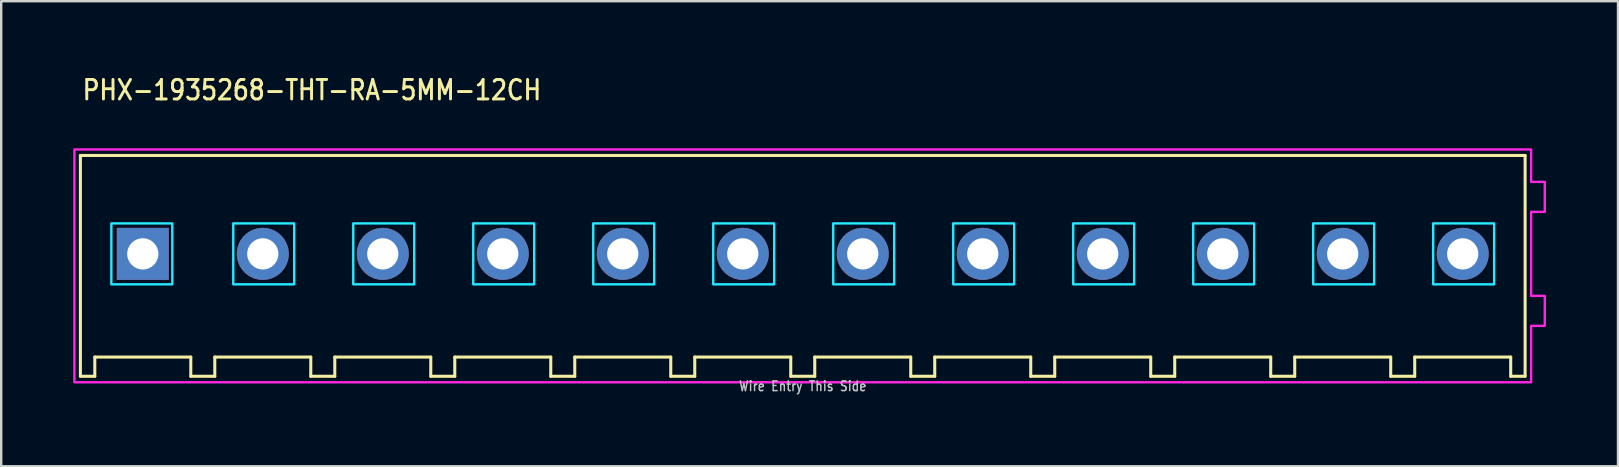
<source format=kicad_pcb>
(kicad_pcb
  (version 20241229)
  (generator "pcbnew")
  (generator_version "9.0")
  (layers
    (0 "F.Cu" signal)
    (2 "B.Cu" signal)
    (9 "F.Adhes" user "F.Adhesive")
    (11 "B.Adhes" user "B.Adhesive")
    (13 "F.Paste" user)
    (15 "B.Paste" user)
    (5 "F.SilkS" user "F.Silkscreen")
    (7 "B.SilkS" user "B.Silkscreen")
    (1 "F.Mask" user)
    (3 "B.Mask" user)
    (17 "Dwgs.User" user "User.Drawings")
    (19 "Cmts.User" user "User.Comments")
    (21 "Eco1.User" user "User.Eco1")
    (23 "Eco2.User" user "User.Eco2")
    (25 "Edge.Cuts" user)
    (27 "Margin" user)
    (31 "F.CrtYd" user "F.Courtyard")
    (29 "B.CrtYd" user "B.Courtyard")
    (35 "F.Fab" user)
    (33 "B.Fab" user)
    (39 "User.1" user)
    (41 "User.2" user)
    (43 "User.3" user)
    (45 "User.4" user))
  (footprint "PHX-1935268-THT-RA-5MM-12CH"
    (layer "F.Cu")
    (at 30.4 7.529)
    (property "Reference" "PHX-1935268-THT-RA-5MM-12CH" (at -30.08 -6.35 0) (unlocked yes) (layer "F.SilkS") (effects (font (size 0.813 0.695) (thickness 0.122)) (justify left bottom)))
    (fp_line (start -30.1 -4.1) (end -30.1 5.1) (stroke (width 0.127) (type solid)) (layer "F.SilkS"))
    (fp_line (start -30.1 5.1) (end -29.5 5.1) (stroke (width 0.127) (type solid)) (layer "F.SilkS"))
    (fp_line (start -29.5 4.3) (end -25.5 4.3) (stroke (width 0.127) (type solid)) (layer "F.SilkS"))
    (fp_line (start -29.5 5.1) (end -29.5 4.3) (stroke (width 0.127) (type solid)) (layer "F.SilkS"))
    (fp_line (start -25.5 4.3) (end -25.5 5.1) (stroke (width 0.127) (type solid)) (layer "F.SilkS"))
    (fp_line (start -25.5 5.1) (end -24.5 5.1) (stroke (width 0.127) (type solid)) (layer "F.SilkS"))
    (fp_line (start -24.5 4.3) (end -20.5 4.3) (stroke (width 0.127) (type solid)) (layer "F.SilkS"))
    (fp_line (start -24.5 5.1) (end -24.5 4.3) (stroke (width 0.127) (type solid)) (layer "F.SilkS"))
    (fp_line (start -20.5 4.3) (end -20.5 5.1) (stroke (width 0.127) (type solid)) (layer "F.SilkS"))
    (fp_line (start -20.5 5.1) (end -19.5 5.1) (stroke (width 0.127) (type solid)) (layer "F.SilkS"))
    (fp_line (start -19.5 4.3) (end -15.5 4.3) (stroke (width 0.127) (type solid)) (layer "F.SilkS"))
    (fp_line (start -19.5 5.1) (end -19.5 4.3) (stroke (width 0.127) (type solid)) (layer "F.SilkS"))
    (fp_line (start -15.5 4.3) (end -15.5 5.1) (stroke (width 0.127) (type solid)) (layer "F.SilkS"))
    (fp_line (start -15.5 5.1) (end -14.5 5.1) (stroke (width 0.127) (type solid)) (layer "F.SilkS"))
    (fp_line (start -14.5 4.3) (end -10.5 4.3) (stroke (width 0.127) (type solid)) (layer "F.SilkS"))
    (fp_line (start -14.5 5.1) (end -14.5 4.3) (stroke (width 0.127) (type solid)) (layer "F.SilkS"))
    (fp_line (start -10.5 4.3) (end -10.5 5.1) (stroke (width 0.127) (type solid)) (layer "F.SilkS"))
    (fp_line (start -10.5 5.1) (end -9.5 5.1) (stroke (width 0.127) (type solid)) (layer "F.SilkS"))
    (fp_line (start -9.5 4.3) (end -5.5 4.3) (stroke (width 0.127) (type solid)) (layer "F.SilkS"))
    (fp_line (start -9.5 5.1) (end -9.5 4.3) (stroke (width 0.127) (type solid)) (layer "F.SilkS"))
    (fp_line (start -5.5 4.3) (end -5.5 5.1) (stroke (width 0.127) (type solid)) (layer "F.SilkS"))
    (fp_line (start -5.5 5.1) (end -4.5 5.1) (stroke (width 0.127) (type solid)) (layer "F.SilkS"))
    (fp_line (start -4.5 4.3) (end -0.5 4.3) (stroke (width 0.127) (type solid)) (layer "F.SilkS"))
    (fp_line (start -4.5 5.1) (end -4.5 4.3) (stroke (width 0.127) (type solid)) (layer "F.SilkS"))
    (fp_line (start -0.5 4.3) (end -0.5 5.1) (stroke (width 0.127) (type solid)) (layer "F.SilkS"))
    (fp_line (start -0.5 5.1) (end 0.5 5.1) (stroke (width 0.127) (type solid)) (layer "F.SilkS"))
    (fp_line (start 0.5 4.3) (end 4.5 4.3) (stroke (width 0.127) (type solid)) (layer "F.SilkS"))
    (fp_line (start 0.5 5.1) (end 0.5 4.3) (stroke (width 0.127) (type solid)) (layer "F.SilkS"))
    (fp_line (start 4.5 4.3) (end 4.5 5.1) (stroke (width 0.127) (type solid)) (layer "F.SilkS"))
    (fp_line (start 4.5 5.1) (end 5.5 5.1) (stroke (width 0.127) (type solid)) (layer "F.SilkS"))
    (fp_line (start 5.5 4.3) (end 9.5 4.3) (stroke (width 0.127) (type solid)) (layer "F.SilkS"))
    (fp_line (start 5.5 5.1) (end 5.5 4.3) (stroke (width 0.127) (type solid)) (layer "F.SilkS"))
    (fp_line (start 9.5 4.3) (end 9.5 5.1) (stroke (width 0.127) (type solid)) (layer "F.SilkS"))
    (fp_line (start 9.5 5.1) (end 10.5 5.1) (stroke (width 0.127) (type solid)) (layer "F.SilkS"))
    (fp_line (start 10.5 4.3) (end 14.5 4.3) (stroke (width 0.127) (type solid)) (layer "F.SilkS"))
    (fp_line (start 10.5 5.1) (end 10.5 4.3) (stroke (width 0.127) (type solid)) (layer "F.SilkS"))
    (fp_line (start 14.5 4.3) (end 14.5 5.1) (stroke (width 0.127) (type solid)) (layer "F.SilkS"))
    (fp_line (start 14.5 5.1) (end 15.5 5.1) (stroke (width 0.127) (type solid)) (layer "F.SilkS"))
    (fp_line (start 15.5 4.3) (end 19.5 4.3) (stroke (width 0.127) (type solid)) (layer "F.SilkS"))
    (fp_line (start 15.5 5.1) (end 15.5 4.3) (stroke (width 0.127) (type solid)) (layer "F.SilkS"))
    (fp_line (start 19.5 4.3) (end 19.5 5.1) (stroke (width 0.127) (type solid)) (layer "F.SilkS"))
    (fp_line (start 19.5 5.1) (end 20.5 5.1) (stroke (width 0.127) (type solid)) (layer "F.SilkS"))
    (fp_line (start 20.5 4.3) (end 24.5 4.3) (stroke (width 0.127) (type solid)) (layer "F.SilkS"))
    (fp_line (start 20.5 5.1) (end 20.5 4.3) (stroke (width 0.127) (type solid)) (layer "F.SilkS"))
    (fp_line (start 24.5 4.3) (end 24.5 5.1) (stroke (width 0.127) (type solid)) (layer "F.SilkS"))
    (fp_line (start 24.5 5.1) (end 25.5 5.1) (stroke (width 0.127) (type solid)) (layer "F.SilkS"))
    (fp_line (start 25.5 4.3) (end 29.5 4.3) (stroke (width 0.127) (type solid)) (layer "F.SilkS"))
    (fp_line (start 25.5 5.1) (end 25.5 4.3) (stroke (width 0.127) (type solid)) (layer "F.SilkS"))
    (fp_line (start 29.5 4.3) (end 29.5 5.1) (stroke (width 0.127) (type solid)) (layer "F.SilkS"))
    (fp_line (start 29.5 5.1) (end 30.1 5.1) (stroke (width 0.127) (type solid)) (layer "F.SilkS"))
    (fp_line (start 30.1 -4.1) (end -30.1 -4.1) (stroke (width 0.127) (type solid)) (layer "F.SilkS"))
    (fp_line (start 30.1 5.1) (end 30.1 -4.1) (stroke (width 0.127) (type solid)) (layer "F.SilkS"))
    (fp_poly (pts (xy -28.81 -1.27) (xy -26.27 -1.27) (xy -26.27 1.27) (xy -28.81 1.27)) (stroke (width 0.1) (type solid)) (fill no) (layer "B.CrtYd"))
    (fp_poly (pts (xy -23.73 -1.27) (xy -21.19 -1.27) (xy -21.19 1.27) (xy -23.73 1.27)) (stroke (width 0.1) (type solid)) (fill no) (layer "B.CrtYd"))
    (fp_poly (pts (xy -18.73 -1.27) (xy -16.19 -1.27) (xy -16.19 1.27) (xy -18.73 1.27)) (stroke (width 0.1) (type solid)) (fill no) (layer "B.CrtYd"))
    (fp_poly (pts (xy -13.73 -1.27) (xy -11.19 -1.27) (xy -11.19 1.27) (xy -13.73 1.27)) (stroke (width 0.1) (type solid)) (fill no) (layer "B.CrtYd"))
    (fp_poly (pts (xy -8.73 -1.27) (xy -6.19 -1.27) (xy -6.19 1.27) (xy -8.73 1.27)) (stroke (width 0.1) (type solid)) (fill no) (layer "B.CrtYd"))
    (fp_poly (pts (xy -3.73 -1.27) (xy -1.19 -1.27) (xy -1.19 1.27) (xy -3.73 1.27)) (stroke (width 0.1) (type solid)) (fill no) (layer "B.CrtYd"))
    (fp_poly (pts (xy 1.27 -1.27) (xy 3.81 -1.27) (xy 3.81 1.27) (xy 1.27 1.27)) (stroke (width 0.1) (type solid)) (fill no) (layer "B.CrtYd"))
    (fp_poly (pts (xy 6.27 -1.27) (xy 8.81 -1.27) (xy 8.81 1.27) (xy 6.27 1.27)) (stroke (width 0.1) (type solid)) (fill no) (layer "B.CrtYd"))
    (fp_poly (pts (xy 11.27 -1.27) (xy 13.81 -1.27) (xy 13.81 1.27) (xy 11.27 1.27)) (stroke (width 0.1) (type solid)) (fill no) (layer "B.CrtYd"))
    (fp_poly (pts (xy 16.27 -1.27) (xy 18.81 -1.27) (xy 18.81 1.27) (xy 16.27 1.27)) (stroke (width 0.1) (type solid)) (fill no) (layer "B.CrtYd"))
    (fp_poly (pts (xy 21.27 -1.27) (xy 23.81 -1.27) (xy 23.81 1.27) (xy 21.27 1.27)) (stroke (width 0.1) (type solid)) (fill no) (layer "B.CrtYd"))
    (fp_poly (pts (xy 26.27 -1.27) (xy 28.81 -1.27) (xy 28.81 1.27) (xy 26.27 1.27)) (stroke (width 0.1) (type solid)) (fill no) (layer "B.CrtYd"))
    (fp_poly (pts (xy -30.35 -4.35) (xy -30.35 5.35) (xy 30.35 5.35) (xy 30.35 3) (xy 30.92 3) (xy 30.92 1.75) (xy 30.35 1.75) (xy 30.35 -1.75) (xy 30.92 -1.75) (xy 30.92 -3) (xy 30.35 -3) (xy 30.35 -4.35)) (stroke (width 0.1) (type solid)) (fill no) (layer "F.CrtYd"))
    (fp_text user "Wire Entry This Side" (at 0 5.75 0) (unlocked yes) (layer "Dwgs.User") (effects (font (size 0.406 0.347) (thickness 0.061)) (justify bottom)))
    (pad "1" thru_hole rect (at -27.5 0) (size 2.167 2.167) (drill 1.3) (layers "*.Cu" "*.Mask"))
    (pad "2" thru_hole oval (at -22.5 0) (size 2.167 2.167) (drill 1.3) (layers "*.Cu" "*.Mask"))
    (pad "3" thru_hole oval (at -17.5 0) (size 2.167 2.167) (drill 1.3) (layers "*.Cu" "*.Mask"))
    (pad "4" thru_hole oval (at -12.5 0) (size 2.167 2.167) (drill 1.3) (layers "*.Cu" "*.Mask"))
    (pad "5" thru_hole oval (at -7.5 0) (size 2.167 2.167) (drill 1.3) (layers "*.Cu" "*.Mask"))
    (pad "6" thru_hole oval (at -2.5 0) (size 2.167 2.167) (drill 1.3) (layers "*.Cu" "*.Mask"))
    (pad "7" thru_hole oval (at 2.5 0) (size 2.167 2.167) (drill 1.3) (layers "*.Cu" "*.Mask"))
    (pad "8" thru_hole oval (at 7.5 0) (size 2.167 2.167) (drill 1.3) (layers "*.Cu" "*.Mask"))
    (pad "9" thru_hole oval (at 12.5 0) (size 2.167 2.167) (drill 1.3) (layers "*.Cu" "*.Mask"))
    (pad "10" thru_hole oval (at 17.5 0) (size 2.167 2.167) (drill 1.3) (layers "*.Cu" "*.Mask"))
    (pad "11" thru_hole oval (at 22.5 0) (size 2.167 2.167) (drill 1.3) (layers "*.Cu" "*.Mask"))
    (pad "12" thru_hole oval (at 27.5 0) (size 2.167 2.167) (drill 1.3) (layers "*.Cu" "*.Mask")))
  (gr_rect
    (start -3 -3)
    (end 64.37 16.379)
    (stroke (width 0.1) (type default))
    (fill no)
    (layer "Edge.Cuts")))
</source>
